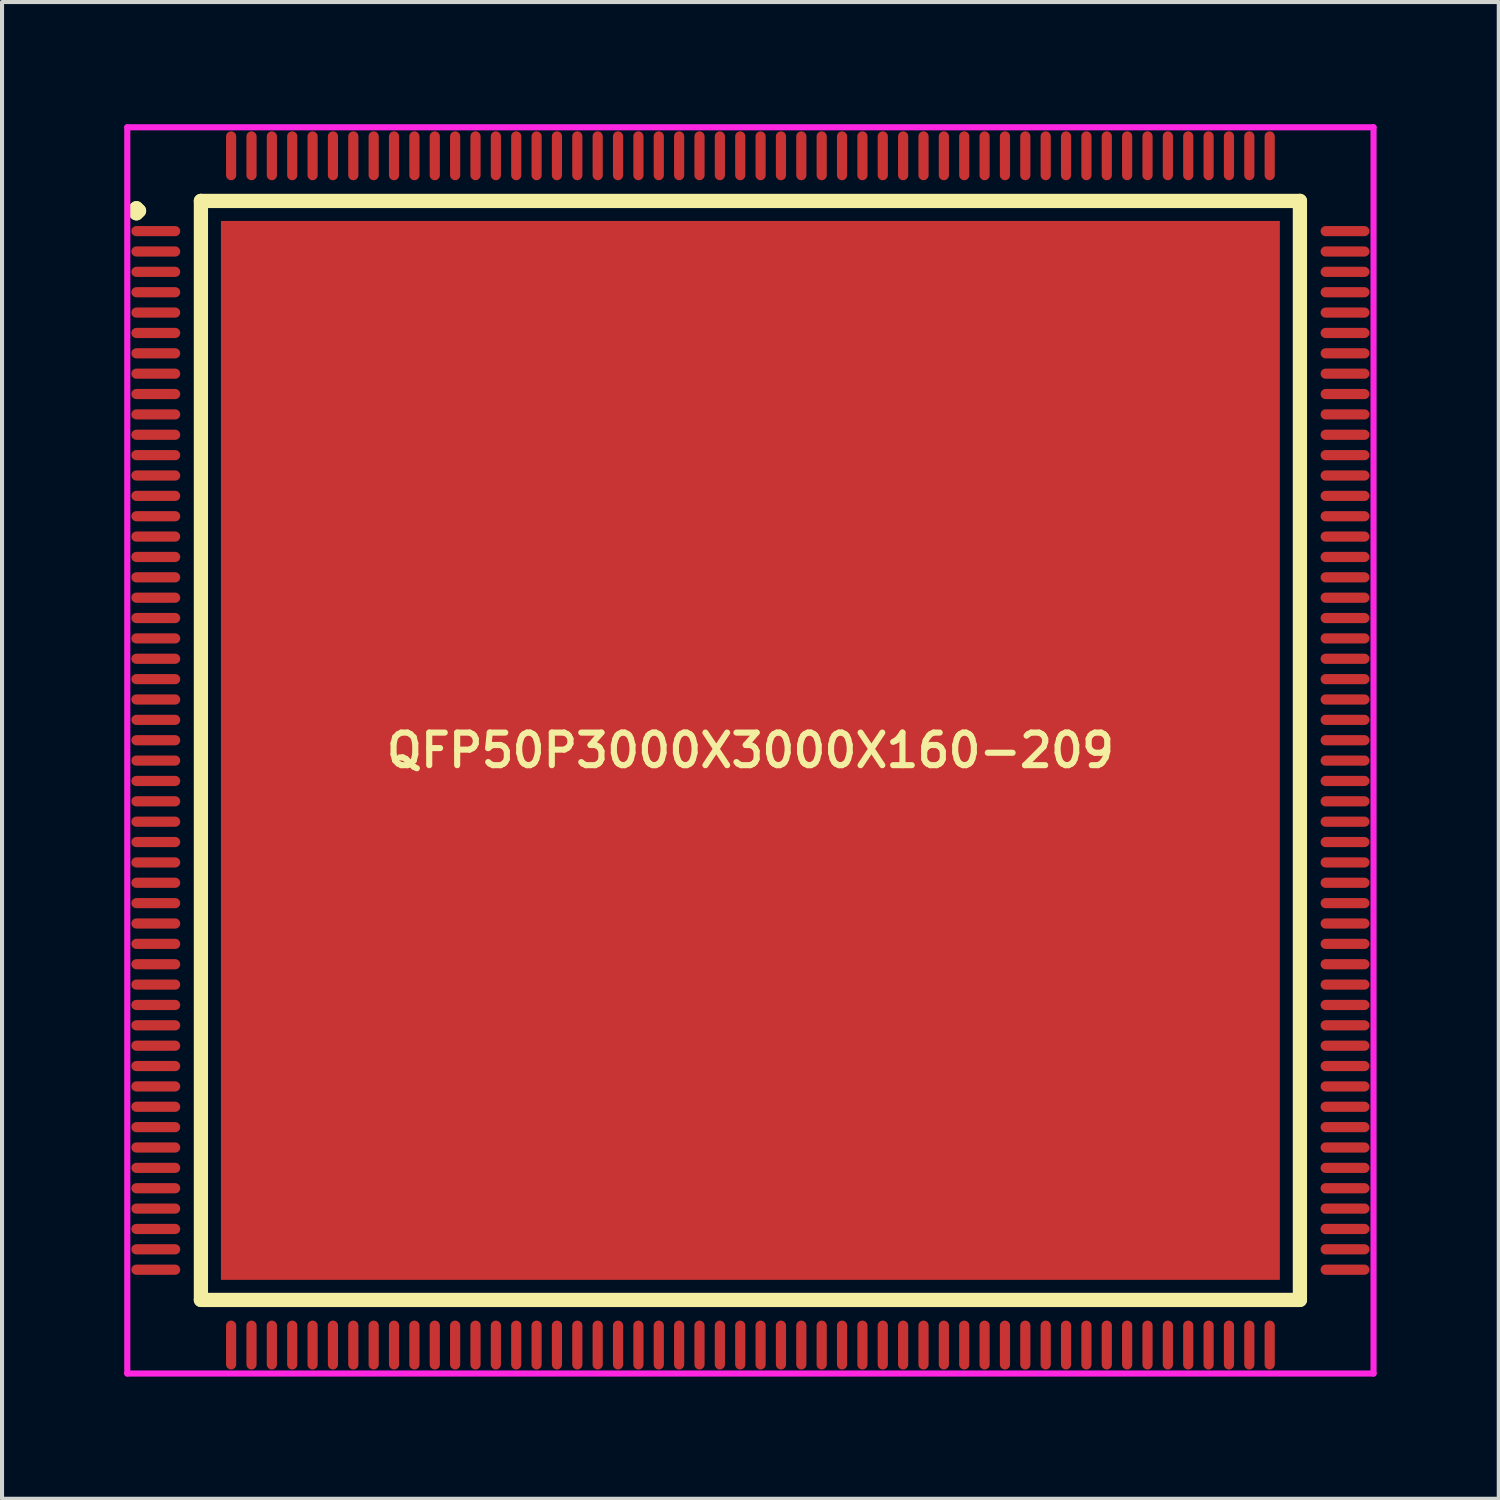
<source format=kicad_pcb>
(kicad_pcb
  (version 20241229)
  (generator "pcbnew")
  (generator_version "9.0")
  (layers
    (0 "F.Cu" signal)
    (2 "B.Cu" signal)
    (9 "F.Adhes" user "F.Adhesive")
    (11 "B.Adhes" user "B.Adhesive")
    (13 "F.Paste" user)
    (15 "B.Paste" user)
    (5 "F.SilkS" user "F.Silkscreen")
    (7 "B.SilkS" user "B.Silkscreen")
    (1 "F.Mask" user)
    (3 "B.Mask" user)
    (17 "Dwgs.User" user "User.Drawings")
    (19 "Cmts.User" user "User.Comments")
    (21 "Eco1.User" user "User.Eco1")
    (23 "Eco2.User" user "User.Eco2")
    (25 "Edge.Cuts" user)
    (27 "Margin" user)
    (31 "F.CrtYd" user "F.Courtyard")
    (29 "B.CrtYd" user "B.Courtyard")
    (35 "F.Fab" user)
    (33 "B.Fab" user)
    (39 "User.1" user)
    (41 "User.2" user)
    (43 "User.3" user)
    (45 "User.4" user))
  (footprint "QFP50P3000X3000X160-209"
    (layer "F.Cu")
    (at 15.375 15.375)
    (property "Reference" "QFP50P3000X3000X160-209" (at 0 0 0) (layer "F.SilkS") (effects (font (size 0.8 0.8) (thickness 0.15))))
    (attr smd)
    (fp_line (start -15.137 -13.25) (end -15.075 -13.312) (stroke (width 0.35) (type solid)) (layer "F.SilkS"))
    (fp_line (start -15.075 -13.312) (end -15.012 -13.25) (stroke (width 0.35) (type solid)) (layer "F.SilkS"))
    (fp_line (start -15.075 -13.188) (end -15.137 -13.25) (stroke (width 0.35) (type solid)) (layer "F.SilkS"))
    (fp_line (start -15.012 -13.25) (end -15.075 -13.188) (stroke (width 0.35) (type solid)) (layer "F.SilkS"))
    (fp_line (start -13.492 -13.492) (end -13.492 13.492) (stroke (width 0.35) (type solid)) (layer "F.SilkS"))
    (fp_line (start -13.492 13.492) (end 13.492 13.492) (stroke (width 0.35) (type solid)) (layer "F.SilkS"))
    (fp_line (start 13.492 -13.492) (end -13.492 -13.492) (stroke (width 0.35) (type solid)) (layer "F.SilkS"))
    (fp_line (start 13.492 13.492) (end 13.492 -13.492) (stroke (width 0.35) (type solid)) (layer "F.SilkS"))
    (fp_line (start -15.3 -15.3) (end 15.3 -15.3) (stroke (width 0.15) (type solid)) (layer "F.CrtYd"))
    (fp_line (start -15.3 15.3) (end -15.3 -15.3) (stroke (width 0.15) (type solid)) (layer "F.CrtYd"))
    (fp_line (start 15.3 -15.3) (end 15.3 15.3) (stroke (width 0.15) (type solid)) (layer "F.CrtYd"))
    (fp_line (start 15.3 15.3) (end -15.3 15.3) (stroke (width 0.15) (type solid)) (layer "F.CrtYd"))
    (pad "1" smd oval (at -14.6 -12.75) (size 1.2 0.25) (layers "F.Cu" "F.Mask" "F.Paste"))
    (pad "2" smd oval (at -14.6 -12.25) (size 1.2 0.25) (layers "F.Cu" "F.Mask" "F.Paste"))
    (pad "3" smd oval (at -14.6 -11.75) (size 1.2 0.25) (layers "F.Cu" "F.Mask" "F.Paste"))
    (pad "4" smd oval (at -14.6 -11.25) (size 1.2 0.25) (layers "F.Cu" "F.Mask" "F.Paste"))
    (pad "5" smd oval (at -14.6 -10.75) (size 1.2 0.25) (layers "F.Cu" "F.Mask" "F.Paste"))
    (pad "6" smd oval (at -14.6 -10.25) (size 1.2 0.25) (layers "F.Cu" "F.Mask" "F.Paste"))
    (pad "7" smd oval (at -14.6 -9.75) (size 1.2 0.25) (layers "F.Cu" "F.Mask" "F.Paste"))
    (pad "8" smd oval (at -14.6 -9.25) (size 1.2 0.25) (layers "F.Cu" "F.Mask" "F.Paste"))
    (pad "9" smd oval (at -14.6 -8.75) (size 1.2 0.25) (layers "F.Cu" "F.Mask" "F.Paste"))
    (pad "10" smd oval (at -14.6 -8.25) (size 1.2 0.25) (layers "F.Cu" "F.Mask" "F.Paste"))
    (pad "11" smd oval (at -14.6 -7.75) (size 1.2 0.25) (layers "F.Cu" "F.Mask" "F.Paste"))
    (pad "12" smd oval (at -14.6 -7.25) (size 1.2 0.25) (layers "F.Cu" "F.Mask" "F.Paste"))
    (pad "13" smd oval (at -14.6 -6.75) (size 1.2 0.25) (layers "F.Cu" "F.Mask" "F.Paste"))
    (pad "14" smd oval (at -14.6 -6.25) (size 1.2 0.25) (layers "F.Cu" "F.Mask" "F.Paste"))
    (pad "15" smd oval (at -14.6 -5.75) (size 1.2 0.25) (layers "F.Cu" "F.Mask" "F.Paste"))
    (pad "16" smd oval (at -14.6 -5.25) (size 1.2 0.25) (layers "F.Cu" "F.Mask" "F.Paste"))
    (pad "17" smd oval (at -14.6 -4.75) (size 1.2 0.25) (layers "F.Cu" "F.Mask" "F.Paste"))
    (pad "18" smd oval (at -14.6 -4.25) (size 1.2 0.25) (layers "F.Cu" "F.Mask" "F.Paste"))
    (pad "19" smd oval (at -14.6 -3.75) (size 1.2 0.25) (layers "F.Cu" "F.Mask" "F.Paste"))
    (pad "20" smd oval (at -14.6 -3.25) (size 1.2 0.25) (layers "F.Cu" "F.Mask" "F.Paste"))
    (pad "21" smd oval (at -14.6 -2.75) (size 1.2 0.25) (layers "F.Cu" "F.Mask" "F.Paste"))
    (pad "22" smd oval (at -14.6 -2.25) (size 1.2 0.25) (layers "F.Cu" "F.Mask" "F.Paste"))
    (pad "23" smd oval (at -14.6 -1.75) (size 1.2 0.25) (layers "F.Cu" "F.Mask" "F.Paste"))
    (pad "24" smd oval (at -14.6 -1.25) (size 1.2 0.25) (layers "F.Cu" "F.Mask" "F.Paste"))
    (pad "25" smd oval (at -14.6 -0.75) (size 1.2 0.25) (layers "F.Cu" "F.Mask" "F.Paste"))
    (pad "26" smd oval (at -14.6 -0.25) (size 1.2 0.25) (layers "F.Cu" "F.Mask" "F.Paste"))
    (pad "27" smd oval (at -14.6 0.25) (size 1.2 0.25) (layers "F.Cu" "F.Mask" "F.Paste"))
    (pad "28" smd oval (at -14.6 0.75) (size 1.2 0.25) (layers "F.Cu" "F.Mask" "F.Paste"))
    (pad "29" smd oval (at -14.6 1.25) (size 1.2 0.25) (layers "F.Cu" "F.Mask" "F.Paste"))
    (pad "30" smd oval (at -14.6 1.75) (size 1.2 0.25) (layers "F.Cu" "F.Mask" "F.Paste"))
    (pad "31" smd oval (at -14.6 2.25) (size 1.2 0.25) (layers "F.Cu" "F.Mask" "F.Paste"))
    (pad "32" smd oval (at -14.6 2.75) (size 1.2 0.25) (layers "F.Cu" "F.Mask" "F.Paste"))
    (pad "33" smd oval (at -14.6 3.25) (size 1.2 0.25) (layers "F.Cu" "F.Mask" "F.Paste"))
    (pad "34" smd oval (at -14.6 3.75) (size 1.2 0.25) (layers "F.Cu" "F.Mask" "F.Paste"))
    (pad "35" smd oval (at -14.6 4.25) (size 1.2 0.25) (layers "F.Cu" "F.Mask" "F.Paste"))
    (pad "36" smd oval (at -14.6 4.75) (size 1.2 0.25) (layers "F.Cu" "F.Mask" "F.Paste"))
    (pad "37" smd oval (at -14.6 5.25) (size 1.2 0.25) (layers "F.Cu" "F.Mask" "F.Paste"))
    (pad "38" smd oval (at -14.6 5.75) (size 1.2 0.25) (layers "F.Cu" "F.Mask" "F.Paste"))
    (pad "39" smd oval (at -14.6 6.25) (size 1.2 0.25) (layers "F.Cu" "F.Mask" "F.Paste"))
    (pad "40" smd oval (at -14.6 6.75) (size 1.2 0.25) (layers "F.Cu" "F.Mask" "F.Paste"))
    (pad "41" smd oval (at -14.6 7.25) (size 1.2 0.25) (layers "F.Cu" "F.Mask" "F.Paste"))
    (pad "42" smd oval (at -14.6 7.75) (size 1.2 0.25) (layers "F.Cu" "F.Mask" "F.Paste"))
    (pad "43" smd oval (at -14.6 8.25) (size 1.2 0.25) (layers "F.Cu" "F.Mask" "F.Paste"))
    (pad "44" smd oval (at -14.6 8.75) (size 1.2 0.25) (layers "F.Cu" "F.Mask" "F.Paste"))
    (pad "45" smd oval (at -14.6 9.25) (size 1.2 0.25) (layers "F.Cu" "F.Mask" "F.Paste"))
    (pad "46" smd oval (at -14.6 9.75) (size 1.2 0.25) (layers "F.Cu" "F.Mask" "F.Paste"))
    (pad "47" smd oval (at -14.6 10.25) (size 1.2 0.25) (layers "F.Cu" "F.Mask" "F.Paste"))
    (pad "48" smd oval (at -14.6 10.75) (size 1.2 0.25) (layers "F.Cu" "F.Mask" "F.Paste"))
    (pad "49" smd oval (at -14.6 11.25) (size 1.2 0.25) (layers "F.Cu" "F.Mask" "F.Paste"))
    (pad "50" smd oval (at -14.6 11.75) (size 1.2 0.25) (layers "F.Cu" "F.Mask" "F.Paste"))
    (pad "51" smd oval (at -14.6 12.25) (size 1.2 0.25) (layers "F.Cu" "F.Mask" "F.Paste"))
    (pad "52" smd oval (at -14.6 12.75) (size 1.2 0.25) (layers "F.Cu" "F.Mask" "F.Paste"))
    (pad "53" smd oval (at -12.75 14.6) (size 0.25 1.2) (layers "F.Cu" "F.Mask" "F.Paste"))
    (pad "54" smd oval (at -12.25 14.6) (size 0.25 1.2) (layers "F.Cu" "F.Mask" "F.Paste"))
    (pad "55" smd oval (at -11.75 14.6) (size 0.25 1.2) (layers "F.Cu" "F.Mask" "F.Paste"))
    (pad "56" smd oval (at -11.25 14.6) (size 0.25 1.2) (layers "F.Cu" "F.Mask" "F.Paste"))
    (pad "57" smd oval (at -10.75 14.6) (size 0.25 1.2) (layers "F.Cu" "F.Mask" "F.Paste"))
    (pad "58" smd oval (at -10.25 14.6) (size 0.25 1.2) (layers "F.Cu" "F.Mask" "F.Paste"))
    (pad "59" smd oval (at -9.75 14.6) (size 0.25 1.2) (layers "F.Cu" "F.Mask" "F.Paste"))
    (pad "60" smd oval (at -9.25 14.6) (size 0.25 1.2) (layers "F.Cu" "F.Mask" "F.Paste"))
    (pad "61" smd oval (at -8.75 14.6) (size 0.25 1.2) (layers "F.Cu" "F.Mask" "F.Paste"))
    (pad "62" smd oval (at -8.25 14.6) (size 0.25 1.2) (layers "F.Cu" "F.Mask" "F.Paste"))
    (pad "63" smd oval (at -7.75 14.6) (size 0.25 1.2) (layers "F.Cu" "F.Mask" "F.Paste"))
    (pad "64" smd oval (at -7.25 14.6) (size 0.25 1.2) (layers "F.Cu" "F.Mask" "F.Paste"))
    (pad "65" smd oval (at -6.75 14.6) (size 0.25 1.2) (layers "F.Cu" "F.Mask" "F.Paste"))
    (pad "66" smd oval (at -6.25 14.6) (size 0.25 1.2) (layers "F.Cu" "F.Mask" "F.Paste"))
    (pad "67" smd oval (at -5.75 14.6) (size 0.25 1.2) (layers "F.Cu" "F.Mask" "F.Paste"))
    (pad "68" smd oval (at -5.25 14.6) (size 0.25 1.2) (layers "F.Cu" "F.Mask" "F.Paste"))
    (pad "69" smd oval (at -4.75 14.6) (size 0.25 1.2) (layers "F.Cu" "F.Mask" "F.Paste"))
    (pad "70" smd oval (at -4.25 14.6) (size 0.25 1.2) (layers "F.Cu" "F.Mask" "F.Paste"))
    (pad "71" smd oval (at -3.75 14.6) (size 0.25 1.2) (layers "F.Cu" "F.Mask" "F.Paste"))
    (pad "72" smd oval (at -3.25 14.6) (size 0.25 1.2) (layers "F.Cu" "F.Mask" "F.Paste"))
    (pad "73" smd oval (at -2.75 14.6) (size 0.25 1.2) (layers "F.Cu" "F.Mask" "F.Paste"))
    (pad "74" smd oval (at -2.25 14.6) (size 0.25 1.2) (layers "F.Cu" "F.Mask" "F.Paste"))
    (pad "75" smd oval (at -1.75 14.6) (size 0.25 1.2) (layers "F.Cu" "F.Mask" "F.Paste"))
    (pad "76" smd oval (at -1.25 14.6) (size 0.25 1.2) (layers "F.Cu" "F.Mask" "F.Paste"))
    (pad "77" smd oval (at -0.75 14.6) (size 0.25 1.2) (layers "F.Cu" "F.Mask" "F.Paste"))
    (pad "78" smd oval (at -0.25 14.6) (size 0.25 1.2) (layers "F.Cu" "F.Mask" "F.Paste"))
    (pad "79" smd oval (at 0.25 14.6) (size 0.25 1.2) (layers "F.Cu" "F.Mask" "F.Paste"))
    (pad "80" smd oval (at 0.75 14.6) (size 0.25 1.2) (layers "F.Cu" "F.Mask" "F.Paste"))
    (pad "81" smd oval (at 1.25 14.6) (size 0.25 1.2) (layers "F.Cu" "F.Mask" "F.Paste"))
    (pad "82" smd oval (at 1.75 14.6) (size 0.25 1.2) (layers "F.Cu" "F.Mask" "F.Paste"))
    (pad "83" smd oval (at 2.25 14.6) (size 0.25 1.2) (layers "F.Cu" "F.Mask" "F.Paste"))
    (pad "84" smd oval (at 2.75 14.6) (size 0.25 1.2) (layers "F.Cu" "F.Mask" "F.Paste"))
    (pad "85" smd oval (at 3.25 14.6) (size 0.25 1.2) (layers "F.Cu" "F.Mask" "F.Paste"))
    (pad "86" smd oval (at 3.75 14.6) (size 0.25 1.2) (layers "F.Cu" "F.Mask" "F.Paste"))
    (pad "87" smd oval (at 4.25 14.6) (size 0.25 1.2) (layers "F.Cu" "F.Mask" "F.Paste"))
    (pad "88" smd oval (at 4.75 14.6) (size 0.25 1.2) (layers "F.Cu" "F.Mask" "F.Paste"))
    (pad "89" smd oval (at 5.25 14.6) (size 0.25 1.2) (layers "F.Cu" "F.Mask" "F.Paste"))
    (pad "90" smd oval (at 5.75 14.6) (size 0.25 1.2) (layers "F.Cu" "F.Mask" "F.Paste"))
    (pad "91" smd oval (at 6.25 14.6) (size 0.25 1.2) (layers "F.Cu" "F.Mask" "F.Paste"))
    (pad "92" smd oval (at 6.75 14.6) (size 0.25 1.2) (layers "F.Cu" "F.Mask" "F.Paste"))
    (pad "93" smd oval (at 7.25 14.6) (size 0.25 1.2) (layers "F.Cu" "F.Mask" "F.Paste"))
    (pad "94" smd oval (at 7.75 14.6) (size 0.25 1.2) (layers "F.Cu" "F.Mask" "F.Paste"))
    (pad "95" smd oval (at 8.25 14.6) (size 0.25 1.2) (layers "F.Cu" "F.Mask" "F.Paste"))
    (pad "96" smd oval (at 8.75 14.6) (size 0.25 1.2) (layers "F.Cu" "F.Mask" "F.Paste"))
    (pad "97" smd oval (at 9.25 14.6) (size 0.25 1.2) (layers "F.Cu" "F.Mask" "F.Paste"))
    (pad "98" smd oval (at 9.75 14.6) (size 0.25 1.2) (layers "F.Cu" "F.Mask" "F.Paste"))
    (pad "99" smd oval (at 10.25 14.6) (size 0.25 1.2) (layers "F.Cu" "F.Mask" "F.Paste"))
    (pad "100" smd oval (at 10.75 14.6) (size 0.25 1.2) (layers "F.Cu" "F.Mask" "F.Paste"))
    (pad "101" smd oval (at 11.25 14.6) (size 0.25 1.2) (layers "F.Cu" "F.Mask" "F.Paste"))
    (pad "102" smd oval (at 11.75 14.6) (size 0.25 1.2) (layers "F.Cu" "F.Mask" "F.Paste"))
    (pad "103" smd oval (at 12.25 14.6) (size 0.25 1.2) (layers "F.Cu" "F.Mask" "F.Paste"))
    (pad "104" smd oval (at 12.75 14.6) (size 0.25 1.2) (layers "F.Cu" "F.Mask" "F.Paste"))
    (pad "105" smd oval (at 14.6 12.75) (size 1.2 0.25) (layers "F.Cu" "F.Mask" "F.Paste"))
    (pad "106" smd oval (at 14.6 12.25) (size 1.2 0.25) (layers "F.Cu" "F.Mask" "F.Paste"))
    (pad "107" smd oval (at 14.6 11.75) (size 1.2 0.25) (layers "F.Cu" "F.Mask" "F.Paste"))
    (pad "108" smd oval (at 14.6 11.25) (size 1.2 0.25) (layers "F.Cu" "F.Mask" "F.Paste"))
    (pad "109" smd oval (at 14.6 10.75) (size 1.2 0.25) (layers "F.Cu" "F.Mask" "F.Paste"))
    (pad "110" smd oval (at 14.6 10.25) (size 1.2 0.25) (layers "F.Cu" "F.Mask" "F.Paste"))
    (pad "111" smd oval (at 14.6 9.75) (size 1.2 0.25) (layers "F.Cu" "F.Mask" "F.Paste"))
    (pad "112" smd oval (at 14.6 9.25) (size 1.2 0.25) (layers "F.Cu" "F.Mask" "F.Paste"))
    (pad "113" smd oval (at 14.6 8.75) (size 1.2 0.25) (layers "F.Cu" "F.Mask" "F.Paste"))
    (pad "114" smd oval (at 14.6 8.25) (size 1.2 0.25) (layers "F.Cu" "F.Mask" "F.Paste"))
    (pad "115" smd oval (at 14.6 7.75) (size 1.2 0.25) (layers "F.Cu" "F.Mask" "F.Paste"))
    (pad "116" smd oval (at 14.6 7.25) (size 1.2 0.25) (layers "F.Cu" "F.Mask" "F.Paste"))
    (pad "117" smd oval (at 14.6 6.75) (size 1.2 0.25) (layers "F.Cu" "F.Mask" "F.Paste"))
    (pad "118" smd oval (at 14.6 6.25) (size 1.2 0.25) (layers "F.Cu" "F.Mask" "F.Paste"))
    (pad "119" smd oval (at 14.6 5.75) (size 1.2 0.25) (layers "F.Cu" "F.Mask" "F.Paste"))
    (pad "120" smd oval (at 14.6 5.25) (size 1.2 0.25) (layers "F.Cu" "F.Mask" "F.Paste"))
    (pad "121" smd oval (at 14.6 4.75) (size 1.2 0.25) (layers "F.Cu" "F.Mask" "F.Paste"))
    (pad "122" smd oval (at 14.6 4.25) (size 1.2 0.25) (layers "F.Cu" "F.Mask" "F.Paste"))
    (pad "123" smd oval (at 14.6 3.75) (size 1.2 0.25) (layers "F.Cu" "F.Mask" "F.Paste"))
    (pad "124" smd oval (at 14.6 3.25) (size 1.2 0.25) (layers "F.Cu" "F.Mask" "F.Paste"))
    (pad "125" smd oval (at 14.6 2.75) (size 1.2 0.25) (layers "F.Cu" "F.Mask" "F.Paste"))
    (pad "126" smd oval (at 14.6 2.25) (size 1.2 0.25) (layers "F.Cu" "F.Mask" "F.Paste"))
    (pad "127" smd oval (at 14.6 1.75) (size 1.2 0.25) (layers "F.Cu" "F.Mask" "F.Paste"))
    (pad "128" smd oval (at 14.6 1.25) (size 1.2 0.25) (layers "F.Cu" "F.Mask" "F.Paste"))
    (pad "129" smd oval (at 14.6 0.75) (size 1.2 0.25) (layers "F.Cu" "F.Mask" "F.Paste"))
    (pad "130" smd oval (at 14.6 0.25) (size 1.2 0.25) (layers "F.Cu" "F.Mask" "F.Paste"))
    (pad "131" smd oval (at 14.6 -0.25) (size 1.2 0.25) (layers "F.Cu" "F.Mask" "F.Paste"))
    (pad "132" smd oval (at 14.6 -0.75) (size 1.2 0.25) (layers "F.Cu" "F.Mask" "F.Paste"))
    (pad "133" smd oval (at 14.6 -1.25) (size 1.2 0.25) (layers "F.Cu" "F.Mask" "F.Paste"))
    (pad "134" smd oval (at 14.6 -1.75) (size 1.2 0.25) (layers "F.Cu" "F.Mask" "F.Paste"))
    (pad "135" smd oval (at 14.6 -2.25) (size 1.2 0.25) (layers "F.Cu" "F.Mask" "F.Paste"))
    (pad "136" smd oval (at 14.6 -2.75) (size 1.2 0.25) (layers "F.Cu" "F.Mask" "F.Paste"))
    (pad "137" smd oval (at 14.6 -3.25) (size 1.2 0.25) (layers "F.Cu" "F.Mask" "F.Paste"))
    (pad "138" smd oval (at 14.6 -3.75) (size 1.2 0.25) (layers "F.Cu" "F.Mask" "F.Paste"))
    (pad "139" smd oval (at 14.6 -4.25) (size 1.2 0.25) (layers "F.Cu" "F.Mask" "F.Paste"))
    (pad "140" smd oval (at 14.6 -4.75) (size 1.2 0.25) (layers "F.Cu" "F.Mask" "F.Paste"))
    (pad "141" smd oval (at 14.6 -5.25) (size 1.2 0.25) (layers "F.Cu" "F.Mask" "F.Paste"))
    (pad "142" smd oval (at 14.6 -5.75) (size 1.2 0.25) (layers "F.Cu" "F.Mask" "F.Paste"))
    (pad "143" smd oval (at 14.6 -6.25) (size 1.2 0.25) (layers "F.Cu" "F.Mask" "F.Paste"))
    (pad "144" smd oval (at 14.6 -6.75) (size 1.2 0.25) (layers "F.Cu" "F.Mask" "F.Paste"))
    (pad "145" smd oval (at 14.6 -7.25) (size 1.2 0.25) (layers "F.Cu" "F.Mask" "F.Paste"))
    (pad "146" smd oval (at 14.6 -7.75) (size 1.2 0.25) (layers "F.Cu" "F.Mask" "F.Paste"))
    (pad "147" smd oval (at 14.6 -8.25) (size 1.2 0.25) (layers "F.Cu" "F.Mask" "F.Paste"))
    (pad "148" smd oval (at 14.6 -8.75) (size 1.2 0.25) (layers "F.Cu" "F.Mask" "F.Paste"))
    (pad "149" smd oval (at 14.6 -9.25) (size 1.2 0.25) (layers "F.Cu" "F.Mask" "F.Paste"))
    (pad "150" smd oval (at 14.6 -9.75) (size 1.2 0.25) (layers "F.Cu" "F.Mask" "F.Paste"))
    (pad "151" smd oval (at 14.6 -10.25) (size 1.2 0.25) (layers "F.Cu" "F.Mask" "F.Paste"))
    (pad "152" smd oval (at 14.6 -10.75) (size 1.2 0.25) (layers "F.Cu" "F.Mask" "F.Paste"))
    (pad "153" smd oval (at 14.6 -11.25) (size 1.2 0.25) (layers "F.Cu" "F.Mask" "F.Paste"))
    (pad "154" smd oval (at 14.6 -11.75) (size 1.2 0.25) (layers "F.Cu" "F.Mask" "F.Paste"))
    (pad "155" smd oval (at 14.6 -12.25) (size 1.2 0.25) (layers "F.Cu" "F.Mask" "F.Paste"))
    (pad "156" smd oval (at 14.6 -12.75) (size 1.2 0.25) (layers "F.Cu" "F.Mask" "F.Paste"))
    (pad "157" smd oval (at 12.75 -14.6) (size 0.25 1.2) (layers "F.Cu" "F.Mask" "F.Paste"))
    (pad "158" smd oval (at 12.25 -14.6) (size 0.25 1.2) (layers "F.Cu" "F.Mask" "F.Paste"))
    (pad "159" smd oval (at 11.75 -14.6) (size 0.25 1.2) (layers "F.Cu" "F.Mask" "F.Paste"))
    (pad "160" smd oval (at 11.25 -14.6) (size 0.25 1.2) (layers "F.Cu" "F.Mask" "F.Paste"))
    (pad "161" smd oval (at 10.75 -14.6) (size 0.25 1.2) (layers "F.Cu" "F.Mask" "F.Paste"))
    (pad "162" smd oval (at 10.25 -14.6) (size 0.25 1.2) (layers "F.Cu" "F.Mask" "F.Paste"))
    (pad "163" smd oval (at 9.75 -14.6) (size 0.25 1.2) (layers "F.Cu" "F.Mask" "F.Paste"))
    (pad "164" smd oval (at 9.25 -14.6) (size 0.25 1.2) (layers "F.Cu" "F.Mask" "F.Paste"))
    (pad "165" smd oval (at 8.75 -14.6) (size 0.25 1.2) (layers "F.Cu" "F.Mask" "F.Paste"))
    (pad "166" smd oval (at 8.25 -14.6) (size 0.25 1.2) (layers "F.Cu" "F.Mask" "F.Paste"))
    (pad "167" smd oval (at 7.75 -14.6) (size 0.25 1.2) (layers "F.Cu" "F.Mask" "F.Paste"))
    (pad "168" smd oval (at 7.25 -14.6) (size 0.25 1.2) (layers "F.Cu" "F.Mask" "F.Paste"))
    (pad "169" smd oval (at 6.75 -14.6) (size 0.25 1.2) (layers "F.Cu" "F.Mask" "F.Paste"))
    (pad "170" smd oval (at 6.25 -14.6) (size 0.25 1.2) (layers "F.Cu" "F.Mask" "F.Paste"))
    (pad "171" smd oval (at 5.75 -14.6) (size 0.25 1.2) (layers "F.Cu" "F.Mask" "F.Paste"))
    (pad "172" smd oval (at 5.25 -14.6) (size 0.25 1.2) (layers "F.Cu" "F.Mask" "F.Paste"))
    (pad "173" smd oval (at 4.75 -14.6) (size 0.25 1.2) (layers "F.Cu" "F.Mask" "F.Paste"))
    (pad "174" smd oval (at 4.25 -14.6) (size 0.25 1.2) (layers "F.Cu" "F.Mask" "F.Paste"))
    (pad "175" smd oval (at 3.75 -14.6) (size 0.25 1.2) (layers "F.Cu" "F.Mask" "F.Paste"))
    (pad "176" smd oval (at 3.25 -14.6) (size 0.25 1.2) (layers "F.Cu" "F.Mask" "F.Paste"))
    (pad "177" smd oval (at 2.75 -14.6) (size 0.25 1.2) (layers "F.Cu" "F.Mask" "F.Paste"))
    (pad "178" smd oval (at 2.25 -14.6) (size 0.25 1.2) (layers "F.Cu" "F.Mask" "F.Paste"))
    (pad "179" smd oval (at 1.75 -14.6) (size 0.25 1.2) (layers "F.Cu" "F.Mask" "F.Paste"))
    (pad "180" smd oval (at 1.25 -14.6) (size 0.25 1.2) (layers "F.Cu" "F.Mask" "F.Paste"))
    (pad "181" smd oval (at 0.75 -14.6) (size 0.25 1.2) (layers "F.Cu" "F.Mask" "F.Paste"))
    (pad "182" smd oval (at 0.25 -14.6) (size 0.25 1.2) (layers "F.Cu" "F.Mask" "F.Paste"))
    (pad "183" smd oval (at -0.25 -14.6) (size 0.25 1.2) (layers "F.Cu" "F.Mask" "F.Paste"))
    (pad "184" smd oval (at -0.75 -14.6) (size 0.25 1.2) (layers "F.Cu" "F.Mask" "F.Paste"))
    (pad "185" smd oval (at -1.25 -14.6) (size 0.25 1.2) (layers "F.Cu" "F.Mask" "F.Paste"))
    (pad "186" smd oval (at -1.75 -14.6) (size 0.25 1.2) (layers "F.Cu" "F.Mask" "F.Paste"))
    (pad "187" smd oval (at -2.25 -14.6) (size 0.25 1.2) (layers "F.Cu" "F.Mask" "F.Paste"))
    (pad "188" smd oval (at -2.75 -14.6) (size 0.25 1.2) (layers "F.Cu" "F.Mask" "F.Paste"))
    (pad "189" smd oval (at -3.25 -14.6) (size 0.25 1.2) (layers "F.Cu" "F.Mask" "F.Paste"))
    (pad "190" smd oval (at -3.75 -14.6) (size 0.25 1.2) (layers "F.Cu" "F.Mask" "F.Paste"))
    (pad "191" smd oval (at -4.25 -14.6) (size 0.25 1.2) (layers "F.Cu" "F.Mask" "F.Paste"))
    (pad "192" smd oval (at -4.75 -14.6) (size 0.25 1.2) (layers "F.Cu" "F.Mask" "F.Paste"))
    (pad "193" smd oval (at -5.25 -14.6) (size 0.25 1.2) (layers "F.Cu" "F.Mask" "F.Paste"))
    (pad "194" smd oval (at -5.75 -14.6) (size 0.25 1.2) (layers "F.Cu" "F.Mask" "F.Paste"))
    (pad "195" smd oval (at -6.25 -14.6) (size 0.25 1.2) (layers "F.Cu" "F.Mask" "F.Paste"))
    (pad "196" smd oval (at -6.75 -14.6) (size 0.25 1.2) (layers "F.Cu" "F.Mask" "F.Paste"))
    (pad "197" smd oval (at -7.25 -14.6) (size 0.25 1.2) (layers "F.Cu" "F.Mask" "F.Paste"))
    (pad "198" smd oval (at -7.75 -14.6) (size 0.25 1.2) (layers "F.Cu" "F.Mask" "F.Paste"))
    (pad "199" smd oval (at -8.25 -14.6) (size 0.25 1.2) (layers "F.Cu" "F.Mask" "F.Paste"))
    (pad "200" smd oval (at -8.75 -14.6) (size 0.25 1.2) (layers "F.Cu" "F.Mask" "F.Paste"))
    (pad "201" smd oval (at -9.25 -14.6) (size 0.25 1.2) (layers "F.Cu" "F.Mask" "F.Paste"))
    (pad "202" smd oval (at -9.75 -14.6) (size 0.25 1.2) (layers "F.Cu" "F.Mask" "F.Paste"))
    (pad "203" smd oval (at -10.25 -14.6) (size 0.25 1.2) (layers "F.Cu" "F.Mask" "F.Paste"))
    (pad "204" smd oval (at -10.75 -14.6) (size 0.25 1.2) (layers "F.Cu" "F.Mask" "F.Paste"))
    (pad "205" smd oval (at -11.25 -14.6) (size 0.25 1.2) (layers "F.Cu" "F.Mask" "F.Paste"))
    (pad "206" smd oval (at -11.75 -14.6) (size 0.25 1.2) (layers "F.Cu" "F.Mask" "F.Paste"))
    (pad "207" smd oval (at -12.25 -14.6) (size 0.25 1.2) (layers "F.Cu" "F.Mask" "F.Paste"))
    (pad "208" smd oval (at -12.75 -14.6) (size 0.25 1.2) (layers "F.Cu" "F.Mask" "F.Paste"))
    (pad "209" smd rect (at 0 0) (size 26 26) (layers "F.Cu" "F.Mask" "F.Paste")))
  (gr_rect
    (start -3 -3)
    (end 33.75 33.75)
    (stroke (width 0.1) (type default))
    (fill no)
    (layer "Edge.Cuts")))
</source>
